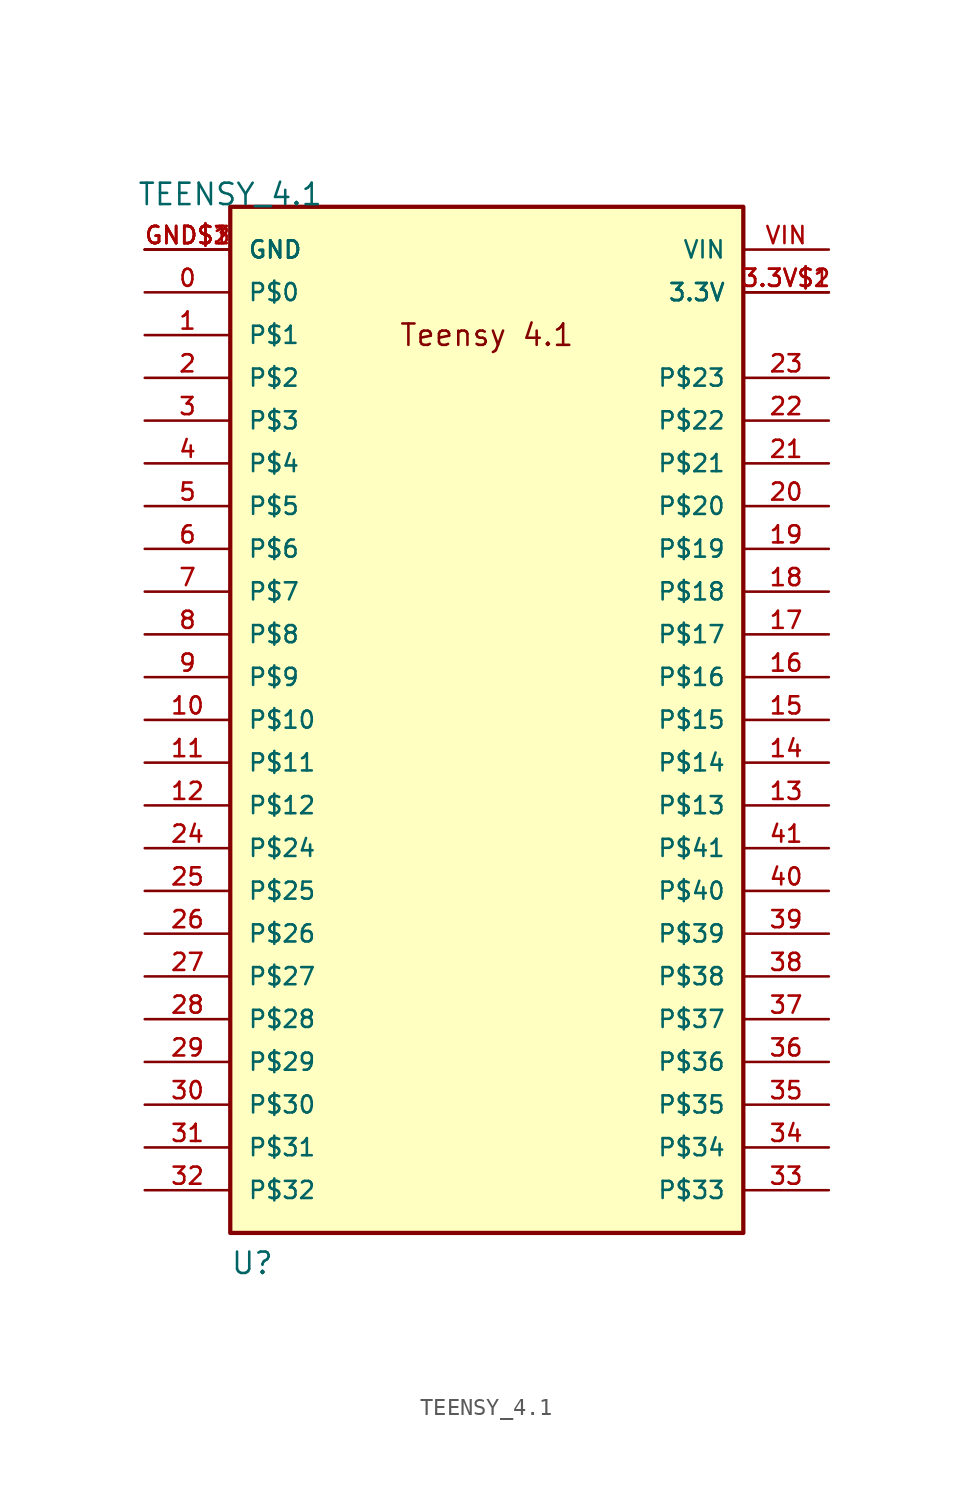
<source format=kicad_sym>
(kicad_symbol_lib
  (version 20211014)
  (generator kicad_symbol_editor)
  (symbol "TEENSY_4.1"
    (pin_names
      (offset 1.016))
    (property "Reference" "U"
      (at 0.0 -63.5 0)
      (effects (font (size 1.27 1.27)) (justify bottom left)))
    (property "Value" "TEENSY_4.1"
      (at 0 0.0 0)
      (effects (font (size 1.27 1.27)) (justify bottom)))
    (symbol "TEENSY_4.1_0_0"
      (text "Teensy 4.1" (at 15.24 -7.62 0) (effects (font (size 1.27 1.27))))
      (rectangle (start 0.0 -60.96) (end 30.48 0.0) (stroke (width 0.254)) (fill (type background)))
      (pin power_in line (at -5.08 -2.54 0) (length 5.08) (name "GND" (effects (font (size 1.016 1.016)))) (number "GND$1" (effects (font (size 1.016 1.016)))))
      (pin power_in line (at -5.08 -2.54 0) (length 5.08) (name "GND" (effects (font (size 1.016 1.016)))) (number "GND$2" (effects (font (size 1.016 1.016)))))
      (pin power_in line (at -5.08 -2.54 0) (length 5.08) (name "GND" (effects (font (size 1.016 1.016)))) (number "GND$3" (effects (font (size 1.016 1.016)))))
      (pin power_in line (at 35.56 -2.54 180.0) (length 5.08) (name "VIN" (effects (font (size 1.016 1.016)))) (number "VIN" (effects (font (size 1.016 1.016)))))
      (pin power_in line (at 35.56 -5.08 180.0) (length 5.08) (name "3.3V" (effects (font (size 1.016 1.016)))) (number "3.3V$1" (effects (font (size 1.016 1.016)))))
      (pin power_in line (at 35.56 -5.08 180.0) (length 5.08) (name "3.3V" (effects (font (size 1.016 1.016)))) (number "3.3V$2" (effects (font (size 1.016 1.016)))))
      (pin bidirectional line (at -5.08 -5.08 0) (length 5.08) (name "P$0" (effects (font (size 1.016 1.016)))) (number "0" (effects (font (size 1.016 1.016)))))
      (pin bidirectional line (at -5.08 -7.62 0) (length 5.08) (name "P$1" (effects (font (size 1.016 1.016)))) (number "1" (effects (font (size 1.016 1.016)))))
      (pin bidirectional line (at -5.08 -10.16 0) (length 5.08) (name "P$2" (effects (font (size 1.016 1.016)))) (number "2" (effects (font (size 1.016 1.016)))))
      (pin bidirectional line (at -5.08 -12.7 0) (length 5.08) (name "P$3" (effects (font (size 1.016 1.016)))) (number "3" (effects (font (size 1.016 1.016)))))
      (pin bidirectional line (at -5.08 -15.24 0) (length 5.08) (name "P$4" (effects (font (size 1.016 1.016)))) (number "4" (effects (font (size 1.016 1.016)))))
      (pin bidirectional line (at -5.08 -17.78 0) (length 5.08) (name "P$5" (effects (font (size 1.016 1.016)))) (number "5" (effects (font (size 1.016 1.016)))))
      (pin bidirectional line (at -5.08 -20.32 0) (length 5.08) (name "P$6" (effects (font (size 1.016 1.016)))) (number "6" (effects (font (size 1.016 1.016)))))
      (pin bidirectional line (at -5.08 -22.86 0) (length 5.08) (name "P$7" (effects (font (size 1.016 1.016)))) (number "7" (effects (font (size 1.016 1.016)))))
      (pin bidirectional line (at -5.08 -25.4 0) (length 5.08) (name "P$8" (effects (font (size 1.016 1.016)))) (number "8" (effects (font (size 1.016 1.016)))))
      (pin bidirectional line (at -5.08 -27.94 0) (length 5.08) (name "P$9" (effects (font (size 1.016 1.016)))) (number "9" (effects (font (size 1.016 1.016)))))
      (pin bidirectional line (at -5.08 -30.48 0) (length 5.08) (name "P$10" (effects (font (size 1.016 1.016)))) (number "10" (effects (font (size 1.016 1.016)))))
      (pin bidirectional line (at -5.08 -33.02 0) (length 5.08) (name "P$11" (effects (font (size 1.016 1.016)))) (number "11" (effects (font (size 1.016 1.016)))))
      (pin bidirectional line (at -5.08 -35.56 0) (length 5.08) (name "P$12" (effects (font (size 1.016 1.016)))) (number "12" (effects (font (size 1.016 1.016)))))
      (pin bidirectional line (at 35.56 -35.56 180.0) (length 5.08) (name "P$13" (effects (font (size 1.016 1.016)))) (number "13" (effects (font (size 1.016 1.016)))))
      (pin bidirectional line (at 35.56 -33.02 180.0) (length 5.08) (name "P$14" (effects (font (size 1.016 1.016)))) (number "14" (effects (font (size 1.016 1.016)))))
      (pin bidirectional line (at 35.56 -30.48 180.0) (length 5.08) (name "P$15" (effects (font (size 1.016 1.016)))) (number "15" (effects (font (size 1.016 1.016)))))
      (pin bidirectional line (at 35.56 -27.94 180.0) (length 5.08) (name "P$16" (effects (font (size 1.016 1.016)))) (number "16" (effects (font (size 1.016 1.016)))))
      (pin bidirectional line (at 35.56 -25.4 180.0) (length 5.08) (name "P$17" (effects (font (size 1.016 1.016)))) (number "17" (effects (font (size 1.016 1.016)))))
      (pin bidirectional line (at 35.56 -22.86 180.0) (length 5.08) (name "P$18" (effects (font (size 1.016 1.016)))) (number "18" (effects (font (size 1.016 1.016)))))
      (pin bidirectional line (at 35.56 -20.32 180.0) (length 5.08) (name "P$19" (effects (font (size 1.016 1.016)))) (number "19" (effects (font (size 1.016 1.016)))))
      (pin bidirectional line (at 35.56 -17.78 180.0) (length 5.08) (name "P$20" (effects (font (size 1.016 1.016)))) (number "20" (effects (font (size 1.016 1.016)))))
      (pin bidirectional line (at 35.56 -15.24 180.0) (length 5.08) (name "P$21" (effects (font (size 1.016 1.016)))) (number "21" (effects (font (size 1.016 1.016)))))
      (pin bidirectional line (at 35.56 -12.7 180.0) (length 5.08) (name "P$22" (effects (font (size 1.016 1.016)))) (number "22" (effects (font (size 1.016 1.016)))))
      (pin bidirectional line (at 35.56 -10.16 180.0) (length 5.08) (name "P$23" (effects (font (size 1.016 1.016)))) (number "23" (effects (font (size 1.016 1.016)))))
      (pin bidirectional line (at -5.08 -38.1 0) (length 5.08) (name "P$24" (effects (font (size 1.016 1.016)))) (number "24" (effects (font (size 1.016 1.016)))))
      (pin bidirectional line (at -5.08 -40.64 0) (length 5.08) (name "P$25" (effects (font (size 1.016 1.016)))) (number "25" (effects (font (size 1.016 1.016)))))
      (pin bidirectional line (at -5.08 -43.18 0) (length 5.08) (name "P$26" (effects (font (size 1.016 1.016)))) (number "26" (effects (font (size 1.016 1.016)))))
      (pin bidirectional line (at -5.08 -45.72 0) (length 5.08) (name "P$27" (effects (font (size 1.016 1.016)))) (number "27" (effects (font (size 1.016 1.016)))))
      (pin bidirectional line (at -5.08 -48.26 0) (length 5.08) (name "P$28" (effects (font (size 1.016 1.016)))) (number "28" (effects (font (size 1.016 1.016)))))
      (pin bidirectional line (at -5.08 -50.8 0) (length 5.08) (name "P$29" (effects (font (size 1.016 1.016)))) (number "29" (effects (font (size 1.016 1.016)))))
      (pin bidirectional line (at -5.08 -53.34 0) (length 5.08) (name "P$30" (effects (font (size 1.016 1.016)))) (number "30" (effects (font (size 1.016 1.016)))))
      (pin bidirectional line (at -5.08 -55.88 0) (length 5.08) (name "P$31" (effects (font (size 1.016 1.016)))) (number "31" (effects (font (size 1.016 1.016)))))
      (pin bidirectional line (at -5.08 -58.42 0) (length 5.08) (name "P$32" (effects (font (size 1.016 1.016)))) (number "32" (effects (font (size 1.016 1.016)))))
      (pin bidirectional line (at 35.56 -58.42 180.0) (length 5.08) (name "P$33" (effects (font (size 1.016 1.016)))) (number "33" (effects (font (size 1.016 1.016)))))
      (pin bidirectional line (at 35.56 -55.88 180.0) (length 5.08) (name "P$34" (effects (font (size 1.016 1.016)))) (number "34" (effects (font (size 1.016 1.016)))))
      (pin bidirectional line (at 35.56 -53.34 180.0) (length 5.08) (name "P$35" (effects (font (size 1.016 1.016)))) (number "35" (effects (font (size 1.016 1.016)))))
      (pin bidirectional line (at 35.56 -50.8 180.0) (length 5.08) (name "P$36" (effects (font (size 1.016 1.016)))) (number "36" (effects (font (size 1.016 1.016)))))
      (pin bidirectional line (at 35.56 -48.26 180.0) (length 5.08) (name "P$37" (effects (font (size 1.016 1.016)))) (number "37" (effects (font (size 1.016 1.016)))))
      (pin bidirectional line (at 35.56 -45.72 180.0) (length 5.08) (name "P$38" (effects (font (size 1.016 1.016)))) (number "38" (effects (font (size 1.016 1.016)))))
      (pin bidirectional line (at 35.56 -43.18 180.0) (length 5.08) (name "P$39" (effects (font (size 1.016 1.016)))) (number "39" (effects (font (size 1.016 1.016)))))
      (pin bidirectional line (at 35.56 -40.64 180.0) (length 5.08) (name "P$40" (effects (font (size 1.016 1.016)))) (number "40" (effects (font (size 1.016 1.016)))))
      (pin bidirectional line (at 35.56 -38.1 180.0) (length 5.08) (name "P$41" (effects (font (size 1.016 1.016)))) (number "41" (effects (font (size 1.016 1.016))))))))
</source>
